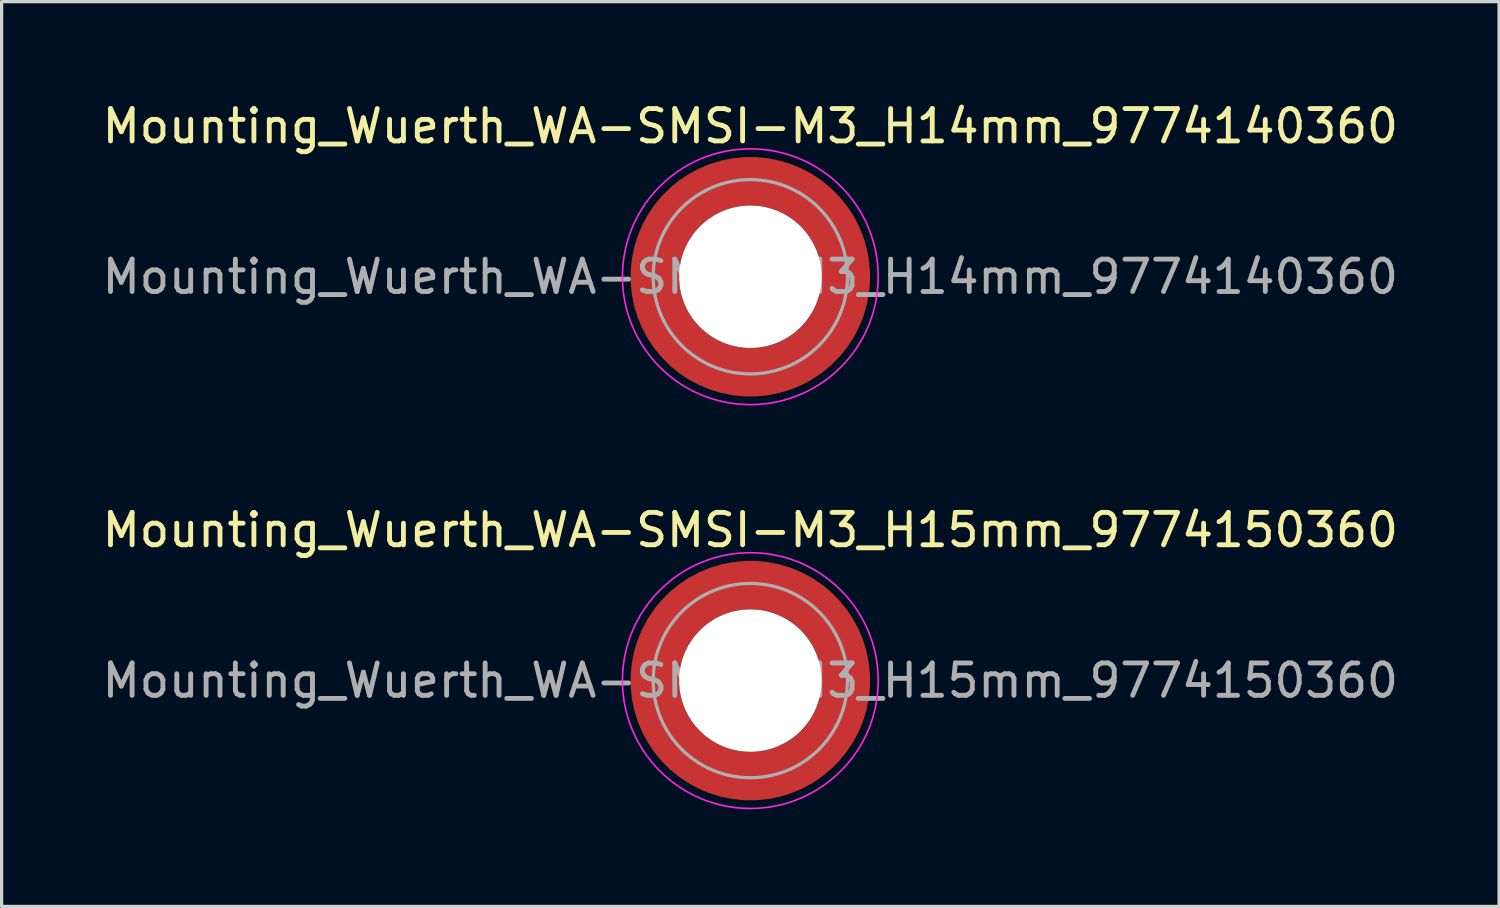
<source format=kicad_pcb>
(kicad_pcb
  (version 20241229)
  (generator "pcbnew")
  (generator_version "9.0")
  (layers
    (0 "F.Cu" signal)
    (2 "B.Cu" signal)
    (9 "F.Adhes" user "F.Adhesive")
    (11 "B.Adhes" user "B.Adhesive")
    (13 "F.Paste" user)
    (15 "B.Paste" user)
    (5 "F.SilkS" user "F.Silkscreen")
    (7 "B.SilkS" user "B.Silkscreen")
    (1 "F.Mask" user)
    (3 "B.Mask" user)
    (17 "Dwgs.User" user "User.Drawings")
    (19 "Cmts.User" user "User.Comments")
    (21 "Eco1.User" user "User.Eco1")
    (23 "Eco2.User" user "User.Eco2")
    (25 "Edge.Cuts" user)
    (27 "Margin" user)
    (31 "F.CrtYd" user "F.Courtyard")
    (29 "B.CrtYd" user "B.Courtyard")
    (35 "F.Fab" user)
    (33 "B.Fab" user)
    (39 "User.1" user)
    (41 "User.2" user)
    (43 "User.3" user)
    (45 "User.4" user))
  (footprint "Mounting_Wuerth_WA-SMSI-M3_H15mm_9774150360"
    (layer "F.Cu")
    (at 20.125 17.971)
    (property "Reference" "Mounting_Wuerth_WA-SMSI-M3_H15mm_9774150360" (at 0 -4.65 0) (layer "F.SilkS") (effects (font (size 1 1) (thickness 0.15))))
    (attr smd allow_soldermask_bridges)
    (fp_circle (center 0 0) (end 3.95 0) (stroke (width 0.05) (type solid)) (fill no) (layer "F.CrtYd"))
    (fp_circle (center 0 0) (end 3 0) (stroke (width 0.1) (type solid)) (fill no) (layer "F.Fab"))
    (fp_text user "${REFERENCE}" (at 0 0 0) (layer "F.Fab") (effects (font (size 1 1) (thickness 0.15))))
    (pad "" smd custom (at -2.058 -2.058) (size 0.55 0.55) (layers "F.Paste") (options (anchor circle)) (primitives (gr_arc (start -0.377294 1.707681) (mid 0.318198 0.318198) (end 1.707681 -0.377294) (width 0.2)) (gr_arc (start -0.478281 1.707681) (mid 0.247487 0.247487) (end 1.707681 -0.478281) (width 0.2)) (gr_arc (start -0.579192 1.707681) (mid 0.176777 0.176777) (end 1.707681 -0.579192) (width 0.2)) (gr_arc (start -0.680037 1.707681) (mid 0.106066 0.106066) (end 1.707681 -0.680037) (width 0.2)) (gr_arc (start -0.780822 1.707681) (mid 0.035355 0.035355) (end 1.707681 -0.780822) (width 0.2)) (gr_arc (start -0.881554 1.707681) (mid -0.035355 -0.035355) (end 1.707681 -0.881554) (width 0.2)) (gr_arc (start -0.982237 1.707681) (mid -0.106066 -0.106066) (end 1.707681 -0.982237) (width 0.2)) (gr_arc (start -1.082877 1.707681) (mid -0.176777 -0.176777) (end 1.707681 -1.082877) (width 0.2)) (gr_arc (start -1.183476 1.707681) (mid -0.247487 -0.247487) (end 1.707681 -1.183476) (width 0.2)) (gr_arc (start -1.28404 1.707681) (mid -0.318198 -0.318198) (end 1.707681 -1.28404) (width 0.2)) (gr_line (start 1.708 -0.377) (end 1.708 -1.284) (width 0.2)) (gr_line (start -0.377 1.708) (end -1.284 1.708) (width 0.2))))
    (pad "" smd custom (at -2.058 2.058) (size 0.55 0.55) (layers "F.Paste") (options (anchor circle)) (primitives (gr_arc (start 1.707681 0.377294) (mid 0.318198 -0.318198) (end -0.377294 -1.707681) (width 0.2)) (gr_arc (start 1.707681 0.478281) (mid 0.247487 -0.247487) (end -0.478281 -1.707681) (width 0.2)) (gr_arc (start 1.707681 0.579192) (mid 0.176777 -0.176777) (end -0.579192 -1.707681) (width 0.2)) (gr_arc (start 1.707681 0.680037) (mid 0.106066 -0.106066) (end -0.680037 -1.707681) (width 0.2)) (gr_arc (start 1.707681 0.780822) (mid 0.035355 -0.035355) (end -0.780822 -1.707681) (width 0.2)) (gr_arc (start 1.707681 0.881554) (mid -0.035355 0.035355) (end -0.881554 -1.707681) (width 0.2)) (gr_arc (start 1.707681 0.982237) (mid -0.106066 0.106066) (end -0.982237 -1.707681) (width 0.2)) (gr_arc (start 1.707681 1.082877) (mid -0.176777 0.176777) (end -1.082877 -1.707681) (width 0.2)) (gr_arc (start 1.707681 1.183476) (mid -0.247487 0.247487) (end -1.183476 -1.707681) (width 0.2)) (gr_arc (start 1.707681 1.28404) (mid -0.318198 0.318198) (end -1.28404 -1.707681) (width 0.2)) (gr_line (start -0.377 -1.708) (end -1.284 -1.708) (width 0.2)) (gr_line (start 1.708 0.377) (end 1.708 1.284) (width 0.2))))
    (pad "" np_thru_hole circle (at 0 0) (size 4.4 4.4) (drill 4.4) (layers "*.Cu" "*.Mask"))
    (pad "" smd custom (at 2.058 -2.058) (size 0.55 0.55) (layers "F.Paste") (options (anchor circle)) (primitives (gr_arc (start -1.707681 -0.377294) (mid -0.318198 0.318198) (end 0.377294 1.707681) (width 0.2)) (gr_arc (start -1.707681 -0.478281) (mid -0.247487 0.247487) (end 0.478281 1.707681) (width 0.2)) (gr_arc (start -1.707681 -0.579192) (mid -0.176777 0.176777) (end 0.579192 1.707681) (width 0.2)) (gr_arc (start -1.707681 -0.680037) (mid -0.106066 0.106066) (end 0.680037 1.707681) (width 0.2)) (gr_arc (start -1.707681 -0.780822) (mid -0.035355 0.035355) (end 0.780822 1.707681) (width 0.2)) (gr_arc (start -1.707681 -0.881554) (mid 0.035355 -0.035355) (end 0.881554 1.707681) (width 0.2)) (gr_arc (start -1.707681 -0.982237) (mid 0.106066 -0.106066) (end 0.982237 1.707681) (width 0.2)) (gr_arc (start -1.707681 -1.082877) (mid 0.176777 -0.176777) (end 1.082877 1.707681) (width 0.2)) (gr_arc (start -1.707681 -1.183476) (mid 0.247487 -0.247487) (end 1.183476 1.707681) (width 0.2)) (gr_arc (start -1.707681 -1.28404) (mid 0.318198 -0.318198) (end 1.28404 1.707681) (width 0.2)) (gr_line (start 0.377 1.708) (end 1.284 1.708) (width 0.2)) (gr_line (start -1.708 -0.377) (end -1.708 -1.284) (width 0.2))))
    (pad "" smd custom (at 2.058 2.058) (size 0.55 0.55) (layers "F.Paste") (options (anchor circle)) (primitives (gr_arc (start 0.377294 -1.707681) (mid -0.318198 -0.318198) (end -1.707681 0.377294) (width 0.2)) (gr_arc (start 0.478281 -1.707681) (mid -0.247487 -0.247487) (end -1.707681 0.478281) (width 0.2)) (gr_arc (start 0.579192 -1.707681) (mid -0.176777 -0.176777) (end -1.707681 0.579192) (width 0.2)) (gr_arc (start 0.680037 -1.707681) (mid -0.106066 -0.106066) (end -1.707681 0.680037) (width 0.2)) (gr_arc (start 0.780822 -1.707681) (mid -0.035355 -0.035355) (end -1.707681 0.780822) (width 0.2)) (gr_arc (start 0.881554 -1.707681) (mid 0.035355 0.035355) (end -1.707681 0.881554) (width 0.2)) (gr_arc (start 0.982237 -1.707681) (mid 0.106066 0.106066) (end -1.707681 0.982237) (width 0.2)) (gr_arc (start 1.082877 -1.707681) (mid 0.176777 0.176777) (end -1.707681 1.082877) (width 0.2)) (gr_arc (start 1.183476 -1.707681) (mid 0.247487 0.247487) (end -1.707681 1.183476) (width 0.2)) (gr_arc (start 1.28404 -1.707681) (mid 0.318198 0.318198) (end -1.707681 1.28404) (width 0.2)) (gr_line (start -1.708 0.377) (end -1.708 1.284) (width 0.2)) (gr_line (start 0.377 -1.708) (end 1.284 -1.708) (width 0.2))))
    (pad "1" smd circle (at -2.95 0) (size 0.992 0.992) (layers "F.Cu"))
    (pad "1" smd circle (at 0 -2.95) (size 0.992 0.992) (layers "F.Cu"))
    (pad "1" smd circle (at 0 2.95) (size 0.992 0.992) (layers "F.Cu"))
    (pad "1" smd custom (at 2.95 0) (size 1.5 1.5) (layers "F.Cu" "F.Mask") (options (anchor circle)) (primitives (gr_circle (center -2.95 0) (end 0 0) (width 1.5) (fill no)))))
  (footprint "Mounting_Wuerth_WA-SMSI-M3_H14mm_9774140360"
    (layer "F.Cu")
    (at 20.125 5.498)
    (property "Reference" "Mounting_Wuerth_WA-SMSI-M3_H14mm_9774140360" (at 0 -4.65 0) (layer "F.SilkS") (effects (font (size 1 1) (thickness 0.15))))
    (attr smd allow_soldermask_bridges)
    (fp_circle (center 0 0) (end 3.95 0) (stroke (width 0.05) (type solid)) (fill no) (layer "F.CrtYd"))
    (fp_circle (center 0 0) (end 3 0) (stroke (width 0.1) (type solid)) (fill no) (layer "F.Fab"))
    (fp_text user "${REFERENCE}" (at 0 0 0) (layer "F.Fab") (effects (font (size 1 1) (thickness 0.15))))
    (pad "" smd custom (at -2.058 -2.058) (size 0.55 0.55) (layers "F.Paste") (options (anchor circle)) (primitives (gr_arc (start -0.377294 1.707681) (mid 0.318198 0.318198) (end 1.707681 -0.377294) (width 0.2)) (gr_arc (start -0.478281 1.707681) (mid 0.247487 0.247487) (end 1.707681 -0.478281) (width 0.2)) (gr_arc (start -0.579192 1.707681) (mid 0.176777 0.176777) (end 1.707681 -0.579192) (width 0.2)) (gr_arc (start -0.680037 1.707681) (mid 0.106066 0.106066) (end 1.707681 -0.680037) (width 0.2)) (gr_arc (start -0.780822 1.707681) (mid 0.035355 0.035355) (end 1.707681 -0.780822) (width 0.2)) (gr_arc (start -0.881554 1.707681) (mid -0.035355 -0.035355) (end 1.707681 -0.881554) (width 0.2)) (gr_arc (start -0.982237 1.707681) (mid -0.106066 -0.106066) (end 1.707681 -0.982237) (width 0.2)) (gr_arc (start -1.082877 1.707681) (mid -0.176777 -0.176777) (end 1.707681 -1.082877) (width 0.2)) (gr_arc (start -1.183476 1.707681) (mid -0.247487 -0.247487) (end 1.707681 -1.183476) (width 0.2)) (gr_arc (start -1.28404 1.707681) (mid -0.318198 -0.318198) (end 1.707681 -1.28404) (width 0.2)) (gr_line (start 1.708 -0.377) (end 1.708 -1.284) (width 0.2)) (gr_line (start -0.377 1.708) (end -1.284 1.708) (width 0.2))))
    (pad "" smd custom (at -2.058 2.058) (size 0.55 0.55) (layers "F.Paste") (options (anchor circle)) (primitives (gr_arc (start 1.707681 0.377294) (mid 0.318198 -0.318198) (end -0.377294 -1.707681) (width 0.2)) (gr_arc (start 1.707681 0.478281) (mid 0.247487 -0.247487) (end -0.478281 -1.707681) (width 0.2)) (gr_arc (start 1.707681 0.579192) (mid 0.176777 -0.176777) (end -0.579192 -1.707681) (width 0.2)) (gr_arc (start 1.707681 0.680037) (mid 0.106066 -0.106066) (end -0.680037 -1.707681) (width 0.2)) (gr_arc (start 1.707681 0.780822) (mid 0.035355 -0.035355) (end -0.780822 -1.707681) (width 0.2)) (gr_arc (start 1.707681 0.881554) (mid -0.035355 0.035355) (end -0.881554 -1.707681) (width 0.2)) (gr_arc (start 1.707681 0.982237) (mid -0.106066 0.106066) (end -0.982237 -1.707681) (width 0.2)) (gr_arc (start 1.707681 1.082877) (mid -0.176777 0.176777) (end -1.082877 -1.707681) (width 0.2)) (gr_arc (start 1.707681 1.183476) (mid -0.247487 0.247487) (end -1.183476 -1.707681) (width 0.2)) (gr_arc (start 1.707681 1.28404) (mid -0.318198 0.318198) (end -1.28404 -1.707681) (width 0.2)) (gr_line (start -0.377 -1.708) (end -1.284 -1.708) (width 0.2)) (gr_line (start 1.708 0.377) (end 1.708 1.284) (width 0.2))))
    (pad "" np_thru_hole circle (at 0 0) (size 4.4 4.4) (drill 4.4) (layers "*.Cu" "*.Mask"))
    (pad "" smd custom (at 2.058 -2.058) (size 0.55 0.55) (layers "F.Paste") (options (anchor circle)) (primitives (gr_arc (start -1.707681 -0.377294) (mid -0.318198 0.318198) (end 0.377294 1.707681) (width 0.2)) (gr_arc (start -1.707681 -0.478281) (mid -0.247487 0.247487) (end 0.478281 1.707681) (width 0.2)) (gr_arc (start -1.707681 -0.579192) (mid -0.176777 0.176777) (end 0.579192 1.707681) (width 0.2)) (gr_arc (start -1.707681 -0.680037) (mid -0.106066 0.106066) (end 0.680037 1.707681) (width 0.2)) (gr_arc (start -1.707681 -0.780822) (mid -0.035355 0.035355) (end 0.780822 1.707681) (width 0.2)) (gr_arc (start -1.707681 -0.881554) (mid 0.035355 -0.035355) (end 0.881554 1.707681) (width 0.2)) (gr_arc (start -1.707681 -0.982237) (mid 0.106066 -0.106066) (end 0.982237 1.707681) (width 0.2)) (gr_arc (start -1.707681 -1.082877) (mid 0.176777 -0.176777) (end 1.082877 1.707681) (width 0.2)) (gr_arc (start -1.707681 -1.183476) (mid 0.247487 -0.247487) (end 1.183476 1.707681) (width 0.2)) (gr_arc (start -1.707681 -1.28404) (mid 0.318198 -0.318198) (end 1.28404 1.707681) (width 0.2)) (gr_line (start 0.377 1.708) (end 1.284 1.708) (width 0.2)) (gr_line (start -1.708 -0.377) (end -1.708 -1.284) (width 0.2))))
    (pad "" smd custom (at 2.058 2.058) (size 0.55 0.55) (layers "F.Paste") (options (anchor circle)) (primitives (gr_arc (start 0.377294 -1.707681) (mid -0.318198 -0.318198) (end -1.707681 0.377294) (width 0.2)) (gr_arc (start 0.478281 -1.707681) (mid -0.247487 -0.247487) (end -1.707681 0.478281) (width 0.2)) (gr_arc (start 0.579192 -1.707681) (mid -0.176777 -0.176777) (end -1.707681 0.579192) (width 0.2)) (gr_arc (start 0.680037 -1.707681) (mid -0.106066 -0.106066) (end -1.707681 0.680037) (width 0.2)) (gr_arc (start 0.780822 -1.707681) (mid -0.035355 -0.035355) (end -1.707681 0.780822) (width 0.2)) (gr_arc (start 0.881554 -1.707681) (mid 0.035355 0.035355) (end -1.707681 0.881554) (width 0.2)) (gr_arc (start 0.982237 -1.707681) (mid 0.106066 0.106066) (end -1.707681 0.982237) (width 0.2)) (gr_arc (start 1.082877 -1.707681) (mid 0.176777 0.176777) (end -1.707681 1.082877) (width 0.2)) (gr_arc (start 1.183476 -1.707681) (mid 0.247487 0.247487) (end -1.707681 1.183476) (width 0.2)) (gr_arc (start 1.28404 -1.707681) (mid 0.318198 0.318198) (end -1.707681 1.28404) (width 0.2)) (gr_line (start -1.708 0.377) (end -1.708 1.284) (width 0.2)) (gr_line (start 0.377 -1.708) (end 1.284 -1.708) (width 0.2))))
    (pad "1" smd circle (at -2.95 0) (size 0.992 0.992) (layers "F.Cu"))
    (pad "1" smd circle (at 0 -2.95) (size 0.992 0.992) (layers "F.Cu"))
    (pad "1" smd circle (at 0 2.95) (size 0.992 0.992) (layers "F.Cu"))
    (pad "1" smd custom (at 2.95 0) (size 1.5 1.5) (layers "F.Cu" "F.Mask") (options (anchor circle)) (primitives (gr_circle (center -2.95 0) (end 0 0) (width 1.5) (fill no)))))
  (gr_rect
    (start -3 -3)
    (end 43.25 24.947)
    (stroke (width 0.1) (type default))
    (fill no)
    (layer "Edge.Cuts")))
</source>
